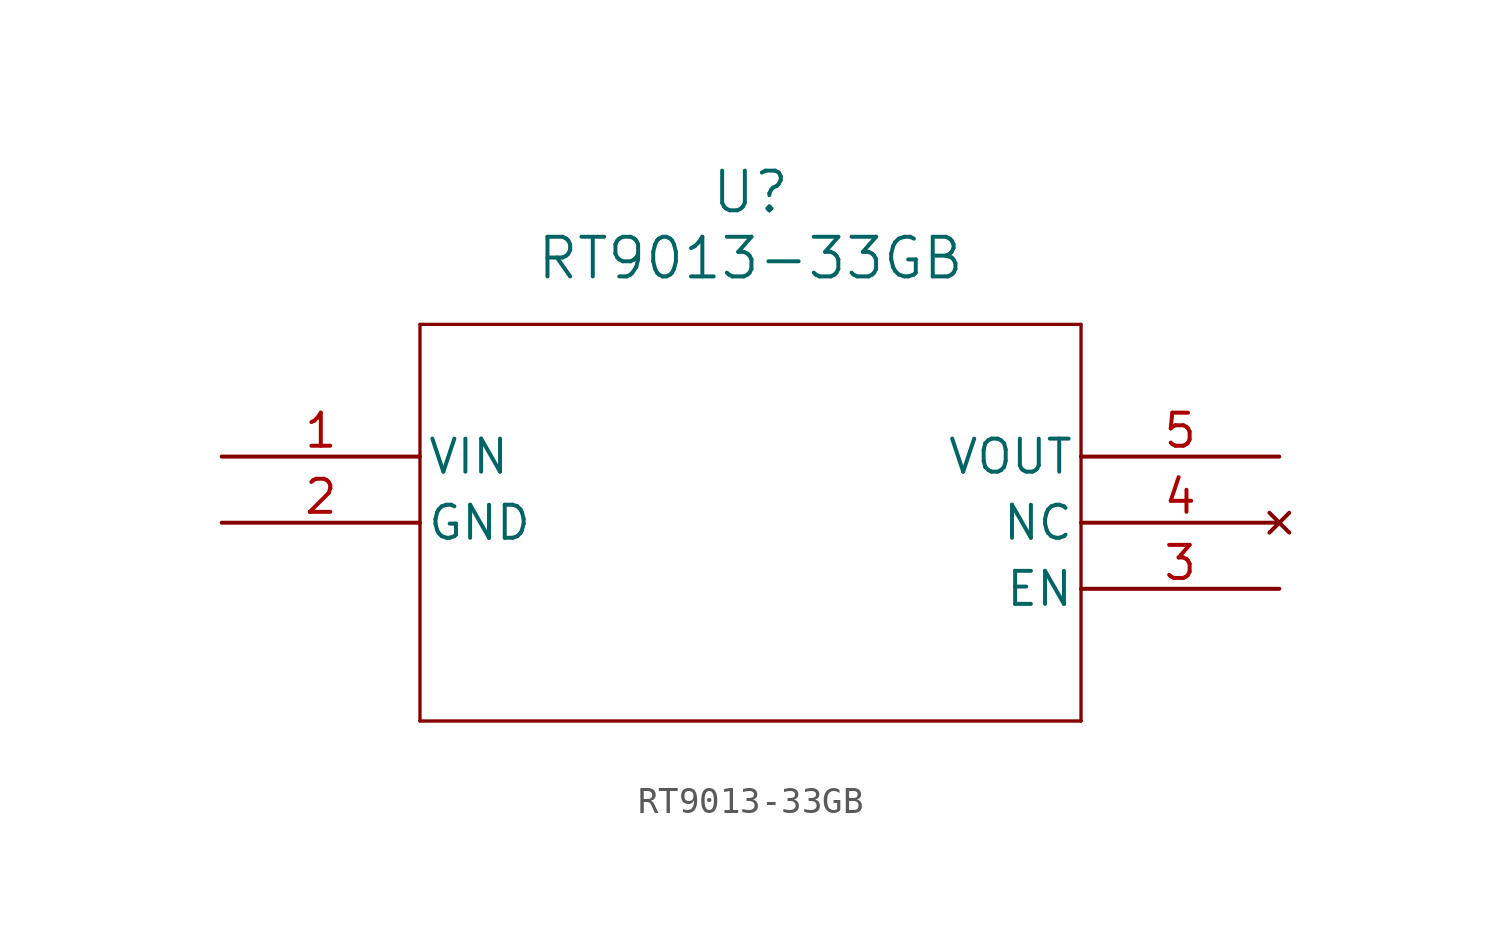
<source format=kicad_sym>
(kicad_symbol_lib
  (version 20211014)
  (generator kicad_symbol_editor)
  (symbol "RT9013-33GB"
    (pin_names
      (offset 0.254))
    (property "Reference" "U"
      (at 20.32 10.16 0)
      (effects (font (size 1.524 1.524))))
    (property "Value" "RT9013-33GB"
      (at 20.32 7.62 0)
      (effects (font (size 1.524 1.524))))
    (symbol "RT9013-33GB_0_1"
      (polyline (pts (xy 7.62 5.08) (xy 7.62 -10.16)) (stroke (width 0.127) (type default) (color 0 0 0 0)) (fill (type none)))
      (polyline (pts (xy 7.62 -10.16) (xy 33.02 -10.16)) (stroke (width 0.127) (type default) (color 0 0 0 0)) (fill (type none)))
      (polyline (pts (xy 33.02 -10.16) (xy 33.02 5.08)) (stroke (width 0.127) (type default) (color 0 0 0 0)) (fill (type none)))
      (polyline (pts (xy 33.02 5.08) (xy 7.62 5.08)) (stroke (width 0.127) (type default) (color 0 0 0 0)) (fill (type none)))
      (pin input line (at 0 0 0) (length 7.62) (name "VIN" (effects (font (size 1.27 1.27)))) (number "1" (effects (font (size 1.27 1.27)))))
      (pin power_out line (at 0 -2.54 0) (length 7.62) (name "GND" (effects (font (size 1.27 1.27)))) (number "2" (effects (font (size 1.27 1.27)))))
      (pin unspecified line (at 40.64 -5.08 180) (length 7.62) (name "EN" (effects (font (size 1.27 1.27)))) (number "3" (effects (font (size 1.27 1.27)))))
      (pin no_connect line (at 40.64 -2.54 180) (length 7.62) (name "NC" (effects (font (size 1.27 1.27)))) (number "4" (effects (font (size 1.27 1.27)))))
      (pin output line (at 40.64 0 180) (length 7.62) (name "VOUT" (effects (font (size 1.27 1.27)))) (number "5" (effects (font (size 1.27 1.27))))))))
</source>
